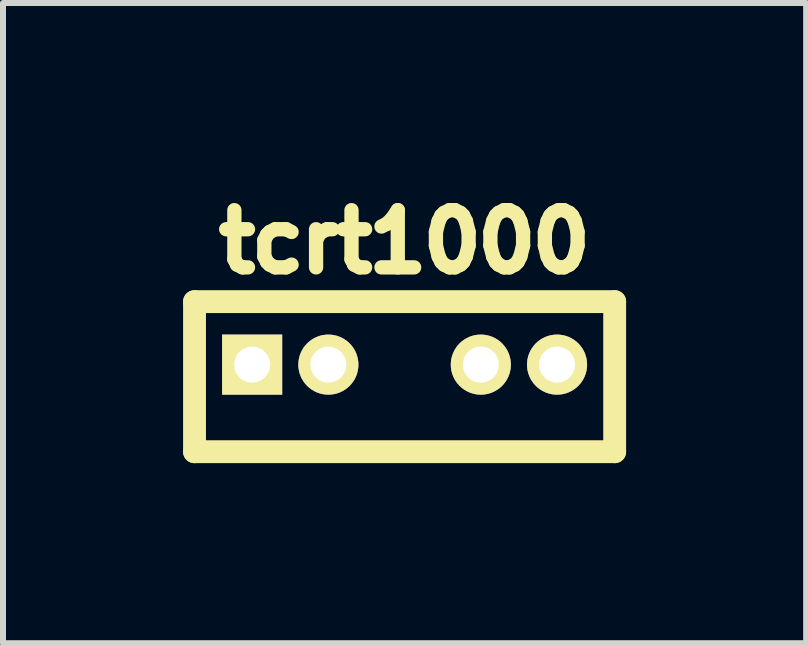
<source format=kicad_pcb>
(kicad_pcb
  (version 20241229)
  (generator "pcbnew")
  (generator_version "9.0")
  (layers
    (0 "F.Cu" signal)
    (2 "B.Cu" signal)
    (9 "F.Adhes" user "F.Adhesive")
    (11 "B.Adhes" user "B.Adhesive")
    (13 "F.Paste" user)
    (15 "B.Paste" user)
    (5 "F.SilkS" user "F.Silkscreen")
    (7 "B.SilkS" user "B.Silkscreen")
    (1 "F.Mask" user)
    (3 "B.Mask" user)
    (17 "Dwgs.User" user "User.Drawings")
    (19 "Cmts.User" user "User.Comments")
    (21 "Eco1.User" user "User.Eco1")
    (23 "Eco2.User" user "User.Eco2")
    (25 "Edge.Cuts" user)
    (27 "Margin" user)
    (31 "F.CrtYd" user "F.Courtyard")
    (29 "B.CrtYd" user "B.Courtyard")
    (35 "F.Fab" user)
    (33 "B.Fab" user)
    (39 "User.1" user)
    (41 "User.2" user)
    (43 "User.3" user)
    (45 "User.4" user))
  (footprint "tcrt1000"
    (layer "F.Cu")
    (at 3.691 3.226)
    (property "Reference" "tcrt1000" (at 0 -2.25 0) (layer "F.SilkS") (effects (font (size 0.953 0.953) (thickness 0.239))))
    (attr through_hole)
    (fp_line (start -3.5 -1.25) (end 3.5 -1.25) (stroke (width 0.381) (type solid)) (layer "F.SilkS"))
    (fp_line (start -3.5 1.25) (end -3.5 -1.25) (stroke (width 0.381) (type solid)) (layer "F.SilkS"))
    (fp_line (start 3.5 -1.25) (end 3.5 1.25) (stroke (width 0.381) (type solid)) (layer "F.SilkS"))
    (fp_line (start 3.5 1.25) (end -3.5 1.25) (stroke (width 0.381) (type solid)) (layer "F.SilkS"))
    (pad "1" thru_hole rect (at -2.54 -0.201) (size 1.001 1.001) (drill 0.599) (layers "*.Cu" "*.Mask" "F.SilkS"))
    (pad "2" thru_hole oval (at -1.27 -0.201) (size 1.001 1.001) (drill 0.599) (layers "*.Cu" "*.Mask" "F.SilkS"))
    (pad "3" thru_hole oval (at 1.27 -0.201) (size 1.001 1.001) (drill 0.599) (layers "*.Cu" "*.Mask" "F.SilkS"))
    (pad "4" thru_hole oval (at 2.54 -0.201) (size 1.001 1.001) (drill 0.599) (layers "*.Cu" "*.Mask" "F.SilkS")))
  (gr_rect
    (start -3 -3)
    (end 10.381 7.666)
    (stroke (width 0.1) (type default))
    (fill no)
    (layer "Edge.Cuts")))
</source>
